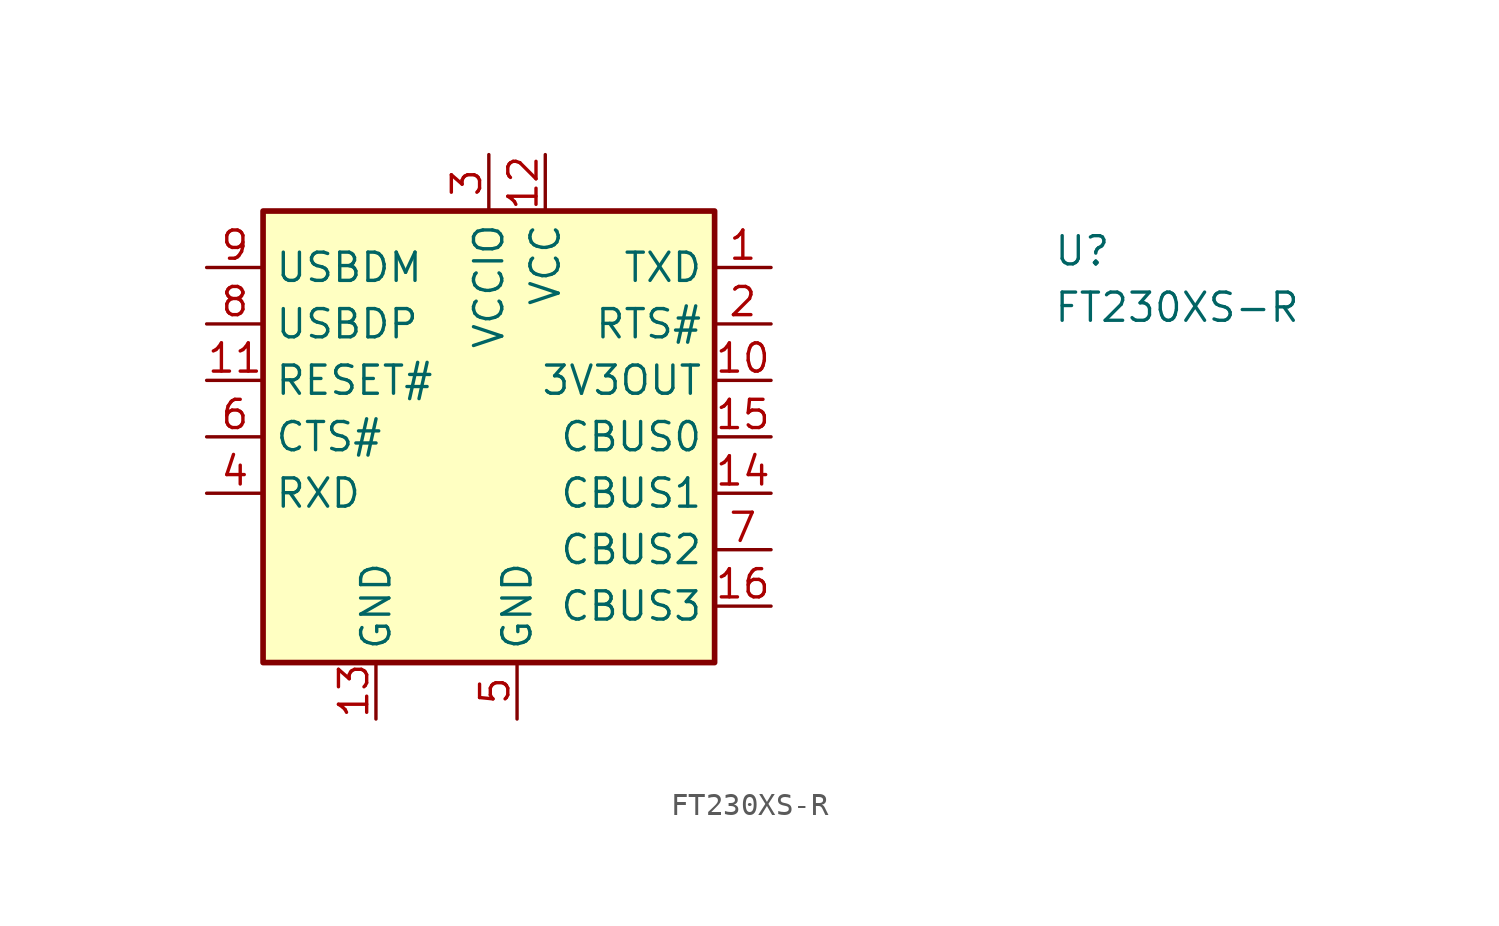
<source format=kicad_sym>
(kicad_symbol_lib
  (version 20211014)
  (generator kicad_symbol_editor)
  (symbol "FT230XS-R"
    (property "Reference" "U"
      (at 38.1 0 0)
      (effects (font (size 1.27 1.27) (thickness 0.15)) (justify left bottom)))
    (property "Value" "FT230XS-R"
      (at 38.1 -2.54 0)
      (effects (font (size 1.27 1.27) (thickness 0.15)) (justify left bottom)))
    (symbol "FT230XS-R_1_1"
      (rectangle (start 2.54 2.54) (end 22.86 -17.78) (stroke (width 0.254) (type default) (color 0 0 0 0)) (fill (type background)))
      (pin output line (at 25.4 0 180) (length 2.54) (name "TXD" (effects (font (size 1.27 1.27)))) (number "1" (effects (font (size 1.27 1.27)))))
      (pin power_out line (at 25.4 -5.08 180) (length 2.54) (name "3V3OUT" (effects (font (size 1.27 1.27)))) (number "10" (effects (font (size 1.27 1.27)))))
      (pin input line (at 0 -5.08 0) (length 2.54) (name "RESET#" (effects (font (size 1.27 1.27)))) (number "11" (effects (font (size 1.27 1.27)))))
      (pin power_in line (at 15.24 5.08 270) (length 2.54) (name "VCC" (effects (font (size 1.27 1.27)))) (number "12" (effects (font (size 1.27 1.27)))))
      (pin power_in line (at 7.62 -20.32 90) (length 2.54) (name "GND" (effects (font (size 1.27 1.27)))) (number "13" (effects (font (size 1.27 1.27)))))
      (pin bidirectional line (at 25.4 -10.16 180) (length 2.54) (name "CBUS1" (effects (font (size 1.27 1.27)))) (number "14" (effects (font (size 1.27 1.27)))))
      (pin bidirectional line (at 25.4 -7.62 180) (length 2.54) (name "CBUS0" (effects (font (size 1.27 1.27)))) (number "15" (effects (font (size 1.27 1.27)))))
      (pin bidirectional line (at 25.4 -15.24 180) (length 2.54) (name "CBUS3" (effects (font (size 1.27 1.27)))) (number "16" (effects (font (size 1.27 1.27)))))
      (pin output line (at 25.4 -2.54 180) (length 2.54) (name "RTS#" (effects (font (size 1.27 1.27)))) (number "2" (effects (font (size 1.27 1.27)))))
      (pin power_in line (at 12.7 5.08 270) (length 2.54) (name "VCCIO" (effects (font (size 1.27 1.27)))) (number "3" (effects (font (size 1.27 1.27)))))
      (pin input line (at 0 -10.16 0) (length 2.54) (name "RXD" (effects (font (size 1.27 1.27)))) (number "4" (effects (font (size 1.27 1.27)))))
      (pin power_in line (at 13.97 -20.32 90) (length 2.54) (name "GND" (effects (font (size 1.27 1.27)))) (number "5" (effects (font (size 1.27 1.27)))))
      (pin input line (at 0 -7.62 0) (length 2.54) (name "CTS#" (effects (font (size 1.27 1.27)))) (number "6" (effects (font (size 1.27 1.27)))))
      (pin bidirectional line (at 25.4 -12.7 180) (length 2.54) (name "CBUS2" (effects (font (size 1.27 1.27)))) (number "7" (effects (font (size 1.27 1.27)))))
      (pin input line (at 0 -2.54 0) (length 2.54) (name "USBDP" (effects (font (size 1.27 1.27)))) (number "8" (effects (font (size 1.27 1.27)))))
      (pin input line (at 0 0 0) (length 2.54) (name "USBDM" (effects (font (size 1.27 1.27)))) (number "9" (effects (font (size 1.27 1.27))))))))
</source>
